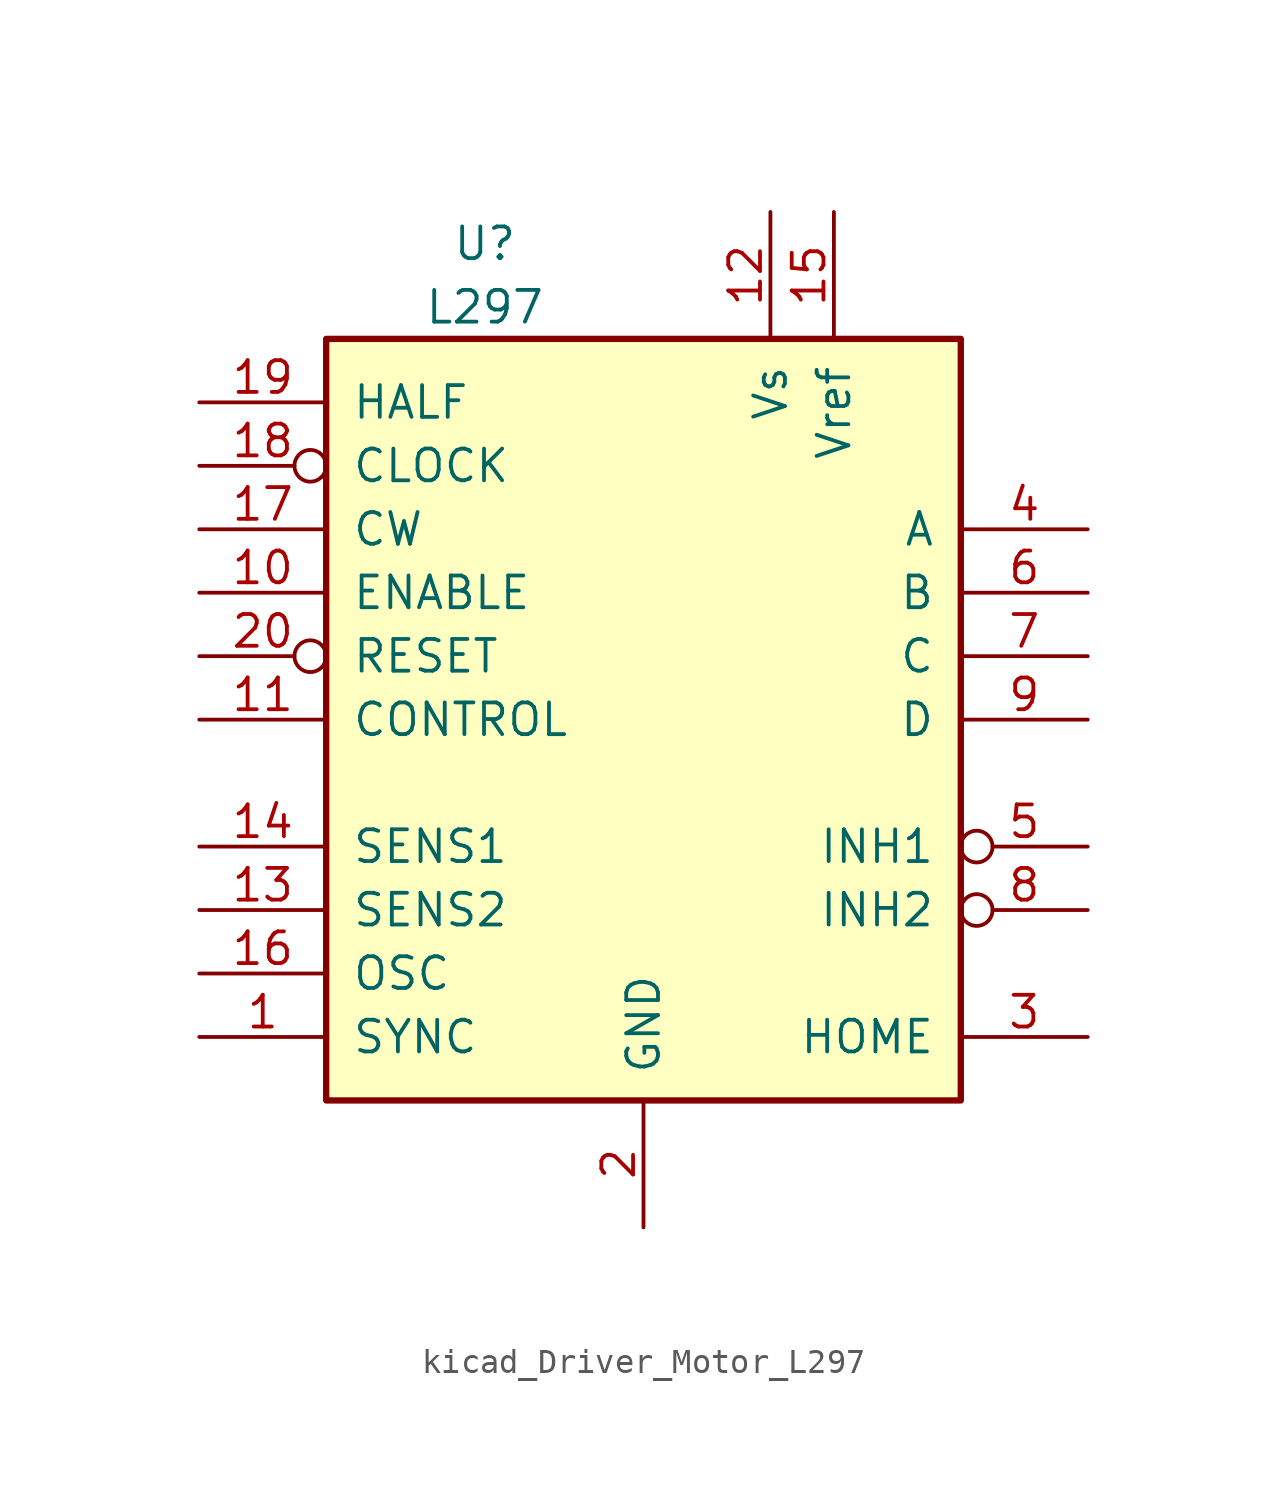
<source format=kicad_sym>
(kicad_symbol_lib
  (version 20220914)
  (generator kicad_symbol_editor)
  (symbol "kicad_Driver_Motor_L297"
    (pin_names
      (offset 1.016))
    (property "Reference" "U"
      (at -6.35 19.05 0)
      (effects (font (size 1.27 1.27))))
    (property "Value" "L297"
      (at -6.35 16.51 0)
      (effects (font (size 1.27 1.27))))
    (symbol "kicad_Driver_Motor_L297_0_1"
      (rectangle (start -12.7 15.24) (end 12.7 -15.24) (stroke (width 0.254) (type default)) (fill (type background))))
    (symbol "kicad_Driver_Motor_L297_1_0"
      (pin input line (at -17.78 0 0) (length 5.08) (name "CONTROL" (effects (font (size 1.27 1.27)))) (number "11" (effects (font (size 1.27 1.27)))))
      (pin power_in line (at 5.08 20.32 270) (length 5.08) (name "Vs" (effects (font (size 1.27 1.27)))) (number "12" (effects (font (size 1.27 1.27)))))
      (pin input line (at -17.78 -7.62 0) (length 5.08) (name "SENS2" (effects (font (size 1.27 1.27)))) (number "13" (effects (font (size 1.27 1.27)))))
      (pin input line (at -17.78 -5.08 0) (length 5.08) (name "SENS1" (effects (font (size 1.27 1.27)))) (number "14" (effects (font (size 1.27 1.27)))))
      (pin input line (at 7.62 20.32 270) (length 5.08) (name "Vref" (effects (font (size 1.27 1.27)))) (number "15" (effects (font (size 1.27 1.27)))))
      (pin input line (at -17.78 -10.16 0) (length 5.08) (name "OSC" (effects (font (size 1.27 1.27)))) (number "16" (effects (font (size 1.27 1.27)))))
      (pin input line (at -17.78 7.62 0) (length 5.08) (name "CW" (effects (font (size 1.27 1.27)))) (number "17" (effects (font (size 1.27 1.27)))))
      (pin input inverted (at -17.78 10.16 0) (length 5.08) (name "CLOCK" (effects (font (size 1.27 1.27)))) (number "18" (effects (font (size 1.27 1.27)))))
      (pin input line (at -17.78 12.7 0) (length 5.08) (name "HALF" (effects (font (size 1.27 1.27)))) (number "19" (effects (font (size 1.27 1.27)))))
      (pin input inverted (at -17.78 2.54 0) (length 5.08) (name "RESET" (effects (font (size 1.27 1.27)))) (number "20" (effects (font (size 1.27 1.27))))))
    (symbol "kicad_Driver_Motor_L297_1_1"
      (pin bidirectional line (at -17.78 -12.7 0) (length 5.08) (name "SYNC" (effects (font (size 1.27 1.27)))) (number "1" (effects (font (size 1.27 1.27)))))
      (pin input line (at -17.78 5.08 0) (length 5.08) (name "ENABLE" (effects (font (size 1.27 1.27)))) (number "10" (effects (font (size 1.27 1.27)))))
      (pin power_in line (at 0 -20.32 90) (length 5.08) (name "GND" (effects (font (size 1.27 1.27)))) (number "2" (effects (font (size 1.27 1.27)))))
      (pin open_collector line (at 17.78 -12.7 180) (length 5.08) (name "HOME" (effects (font (size 1.27 1.27)))) (number "3" (effects (font (size 1.27 1.27)))))
      (pin output line (at 17.78 7.62 180) (length 5.08) (name "A" (effects (font (size 1.27 1.27)))) (number "4" (effects (font (size 1.27 1.27)))))
      (pin output inverted (at 17.78 -5.08 180) (length 5.08) (name "INH1" (effects (font (size 1.27 1.27)))) (number "5" (effects (font (size 1.27 1.27)))))
      (pin output line (at 17.78 5.08 180) (length 5.08) (name "B" (effects (font (size 1.27 1.27)))) (number "6" (effects (font (size 1.27 1.27)))))
      (pin output line (at 17.78 2.54 180) (length 5.08) (name "C" (effects (font (size 1.27 1.27)))) (number "7" (effects (font (size 1.27 1.27)))))
      (pin output inverted (at 17.78 -7.62 180) (length 5.08) (name "INH2" (effects (font (size 1.27 1.27)))) (number "8" (effects (font (size 1.27 1.27)))))
      (pin output line (at 17.78 0 180) (length 5.08) (name "D" (effects (font (size 1.27 1.27)))) (number "9" (effects (font (size 1.27 1.27))))))))
</source>
